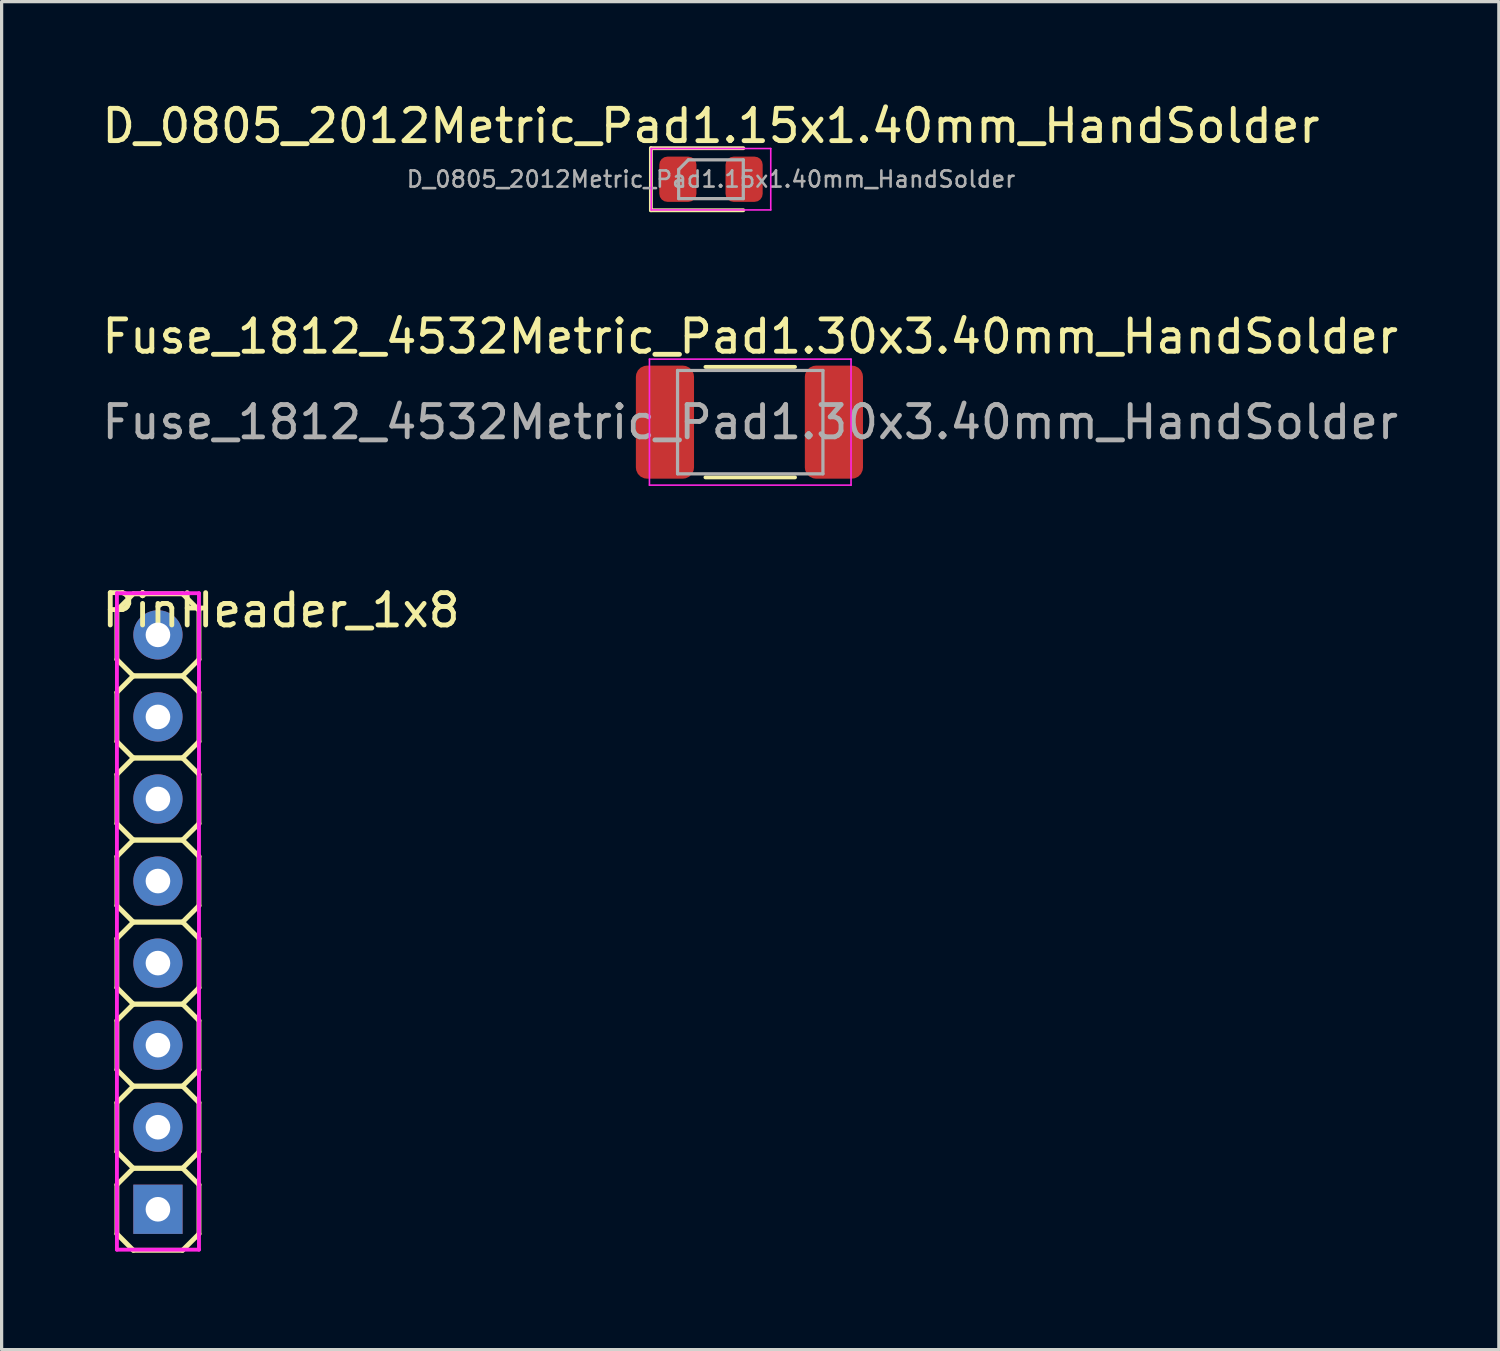
<source format=kicad_pcb>
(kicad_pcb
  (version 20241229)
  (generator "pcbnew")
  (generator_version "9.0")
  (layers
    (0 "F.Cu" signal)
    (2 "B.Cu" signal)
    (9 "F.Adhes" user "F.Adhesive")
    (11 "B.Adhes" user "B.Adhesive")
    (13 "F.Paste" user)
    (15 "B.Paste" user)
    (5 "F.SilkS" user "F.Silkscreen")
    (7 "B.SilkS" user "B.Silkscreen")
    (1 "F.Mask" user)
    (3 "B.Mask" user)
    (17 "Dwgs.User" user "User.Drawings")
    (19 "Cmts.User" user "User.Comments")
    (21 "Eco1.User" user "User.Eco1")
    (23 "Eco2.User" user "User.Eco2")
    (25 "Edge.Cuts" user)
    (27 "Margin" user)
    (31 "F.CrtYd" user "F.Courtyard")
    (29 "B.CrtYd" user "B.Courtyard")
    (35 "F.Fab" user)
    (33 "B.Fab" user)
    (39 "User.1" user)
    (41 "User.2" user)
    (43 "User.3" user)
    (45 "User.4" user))
  (footprint "D_0805_2012Metric_Pad1.15x1.40mm_HandSolder"
    (layer "F.Cu")
    (at 18.958 2.498)
    (property "Reference" "D_0805_2012Metric_Pad1.15x1.40mm_HandSolder" (at 0 -1.65 0) (layer "F.SilkS") (effects (font (size 1 1) (thickness 0.15))))
    (attr smd)
    (fp_line (start -1.86 -0.96) (end -1.86 0.96) (stroke (width 0.12) (type solid)) (layer "F.SilkS"))
    (fp_line (start -1.86 0.96) (end 1 0.96) (stroke (width 0.12) (type solid)) (layer "F.SilkS"))
    (fp_line (start 1 -0.96) (end -1.86 -0.96) (stroke (width 0.12) (type solid)) (layer "F.SilkS"))
    (fp_line (start -1.85 -0.95) (end 1.85 -0.95) (stroke (width 0.05) (type solid)) (layer "F.CrtYd"))
    (fp_line (start -1.85 0.95) (end -1.85 -0.95) (stroke (width 0.05) (type solid)) (layer "F.CrtYd"))
    (fp_line (start 1.85 -0.95) (end 1.85 0.95) (stroke (width 0.05) (type solid)) (layer "F.CrtYd"))
    (fp_line (start 1.85 0.95) (end -1.85 0.95) (stroke (width 0.05) (type solid)) (layer "F.CrtYd"))
    (fp_line (start -1 -0.3) (end -1 0.6) (stroke (width 0.1) (type solid)) (layer "F.Fab"))
    (fp_line (start -1 0.6) (end 1 0.6) (stroke (width 0.1) (type solid)) (layer "F.Fab"))
    (fp_line (start -0.7 -0.6) (end -1 -0.3) (stroke (width 0.1) (type solid)) (layer "F.Fab"))
    (fp_line (start 1 -0.6) (end -0.7 -0.6) (stroke (width 0.1) (type solid)) (layer "F.Fab"))
    (fp_line (start 1 0.6) (end 1 -0.6) (stroke (width 0.1) (type solid)) (layer "F.Fab"))
    (fp_text user "${REFERENCE}" (at 0 0 0) (layer "F.Fab") (effects (font (size 0.5 0.5) (thickness 0.08))))
    (pad "1" smd roundrect (at -1.025 0) (size 1.15 1.4) (layers "F.Cu" "F.Mask" "F.Paste") (roundrect_rratio 0.217))
    (pad "2" smd roundrect (at 1.025 0) (size 1.15 1.4) (layers "F.Cu" "F.Mask" "F.Paste") (roundrect_rratio 0.217)))
  (footprint "PinHeader_1x8"
    (layer "F.Cu")
    (at 1.839 25.472)
    (property "Reference" "PinHeader_1x8" (at 3.81 -9.632 0) (layer "F.SilkS") (effects (font (size 1 1) (thickness 0.15))))
    (attr through_hole)
    (fp_line (start -1.27 -9.632) (end -0.762 -10.14) (stroke (width 0.15) (type solid)) (layer "F.SilkS"))
    (fp_line (start -1.27 -8.108) (end -1.27 -9.632) (stroke (width 0.15) (type solid)) (layer "F.SilkS"))
    (fp_line (start -1.27 -7.092) (end -0.762 -7.6) (stroke (width 0.15) (type solid)) (layer "F.SilkS"))
    (fp_line (start -1.27 -5.568) (end -1.27 -7.092) (stroke (width 0.15) (type solid)) (layer "F.SilkS"))
    (fp_line (start -1.27 -4.552) (end -0.762 -5.06) (stroke (width 0.15) (type solid)) (layer "F.SilkS"))
    (fp_line (start -1.27 -3.028) (end -1.27 -4.552) (stroke (width 0.15) (type solid)) (layer "F.SilkS"))
    (fp_line (start -1.27 -2.012) (end -0.762 -2.52) (stroke (width 0.15) (type solid)) (layer "F.SilkS"))
    (fp_line (start -1.27 -0.488) (end -1.27 -2.012) (stroke (width 0.15) (type solid)) (layer "F.SilkS"))
    (fp_line (start -1.27 0.528) (end -0.762 0.02) (stroke (width 0.15) (type solid)) (layer "F.SilkS"))
    (fp_line (start -1.27 2.052) (end -1.27 0.528) (stroke (width 0.15) (type solid)) (layer "F.SilkS"))
    (fp_line (start -1.27 3.068) (end -0.762 2.56) (stroke (width 0.15) (type solid)) (layer "F.SilkS"))
    (fp_line (start -1.27 4.592) (end -1.27 3.068) (stroke (width 0.15) (type solid)) (layer "F.SilkS"))
    (fp_line (start -1.27 5.608) (end -0.762 5.1) (stroke (width 0.15) (type solid)) (layer "F.SilkS"))
    (fp_line (start -1.27 7.132) (end -1.27 5.608) (stroke (width 0.15) (type solid)) (layer "F.SilkS"))
    (fp_line (start -1.27 8.148) (end -0.762 7.64) (stroke (width 0.15) (type solid)) (layer "F.SilkS"))
    (fp_line (start -1.27 9.672) (end -1.27 8.148) (stroke (width 0.15) (type solid)) (layer "F.SilkS"))
    (fp_line (start -0.762 -10.14) (end 0.762 -10.14) (stroke (width 0.15) (type solid)) (layer "F.SilkS"))
    (fp_line (start -0.762 -7.6) (end -1.27 -8.108) (stroke (width 0.15) (type solid)) (layer "F.SilkS"))
    (fp_line (start -0.762 -7.6) (end 0.762 -7.6) (stroke (width 0.15) (type solid)) (layer "F.SilkS"))
    (fp_line (start -0.762 -5.06) (end -1.27 -5.568) (stroke (width 0.15) (type solid)) (layer "F.SilkS"))
    (fp_line (start -0.762 -5.06) (end 0.762 -5.06) (stroke (width 0.15) (type solid)) (layer "F.SilkS"))
    (fp_line (start -0.762 -2.52) (end -1.27 -3.028) (stroke (width 0.15) (type solid)) (layer "F.SilkS"))
    (fp_line (start -0.762 -2.52) (end 0.762 -2.52) (stroke (width 0.15) (type solid)) (layer "F.SilkS"))
    (fp_line (start -0.762 0.02) (end -1.27 -0.488) (stroke (width 0.15) (type solid)) (layer "F.SilkS"))
    (fp_line (start -0.762 0.02) (end 0.762 0.02) (stroke (width 0.15) (type solid)) (layer "F.SilkS"))
    (fp_line (start -0.762 2.56) (end -1.27 2.052) (stroke (width 0.15) (type solid)) (layer "F.SilkS"))
    (fp_line (start -0.762 2.56) (end 0.762 2.56) (stroke (width 0.15) (type solid)) (layer "F.SilkS"))
    (fp_line (start -0.762 5.1) (end -1.27 4.592) (stroke (width 0.15) (type solid)) (layer "F.SilkS"))
    (fp_line (start -0.762 5.1) (end 0.762 5.1) (stroke (width 0.15) (type solid)) (layer "F.SilkS"))
    (fp_line (start -0.762 7.64) (end -1.27 7.132) (stroke (width 0.15) (type solid)) (layer "F.SilkS"))
    (fp_line (start -0.762 7.64) (end 0.762 7.64) (stroke (width 0.15) (type solid)) (layer "F.SilkS"))
    (fp_line (start -0.762 10.18) (end -1.27 9.672) (stroke (width 0.15) (type solid)) (layer "F.SilkS"))
    (fp_line (start 0.762 -10.14) (end 1.27 -9.632) (stroke (width 0.15) (type solid)) (layer "F.SilkS"))
    (fp_line (start 0.762 -7.6) (end -0.762 -7.6) (stroke (width 0.15) (type solid)) (layer "F.SilkS"))
    (fp_line (start 0.762 -7.6) (end 1.27 -7.092) (stroke (width 0.15) (type solid)) (layer "F.SilkS"))
    (fp_line (start 0.762 -5.06) (end -0.762 -5.06) (stroke (width 0.15) (type solid)) (layer "F.SilkS"))
    (fp_line (start 0.762 -5.06) (end 1.27 -4.552) (stroke (width 0.15) (type solid)) (layer "F.SilkS"))
    (fp_line (start 0.762 -2.52) (end -0.762 -2.52) (stroke (width 0.15) (type solid)) (layer "F.SilkS"))
    (fp_line (start 0.762 -2.52) (end 1.27 -2.012) (stroke (width 0.15) (type solid)) (layer "F.SilkS"))
    (fp_line (start 0.762 0.02) (end -0.762 0.02) (stroke (width 0.15) (type solid)) (layer "F.SilkS"))
    (fp_line (start 0.762 0.02) (end 1.27 0.528) (stroke (width 0.15) (type solid)) (layer "F.SilkS"))
    (fp_line (start 0.762 2.56) (end -0.762 2.56) (stroke (width 0.15) (type solid)) (layer "F.SilkS"))
    (fp_line (start 0.762 2.56) (end 1.27 3.068) (stroke (width 0.15) (type solid)) (layer "F.SilkS"))
    (fp_line (start 0.762 5.1) (end -0.762 5.1) (stroke (width 0.15) (type solid)) (layer "F.SilkS"))
    (fp_line (start 0.762 5.1) (end 1.27 5.608) (stroke (width 0.15) (type solid)) (layer "F.SilkS"))
    (fp_line (start 0.762 7.64) (end -0.762 7.64) (stroke (width 0.15) (type solid)) (layer "F.SilkS"))
    (fp_line (start 0.762 7.64) (end 1.27 8.148) (stroke (width 0.15) (type solid)) (layer "F.SilkS"))
    (fp_line (start 0.762 10.18) (end -0.762 10.18) (stroke (width 0.15) (type solid)) (layer "F.SilkS"))
    (fp_line (start 1.27 -9.632) (end 1.27 -8.108) (stroke (width 0.15) (type solid)) (layer "F.SilkS"))
    (fp_line (start 1.27 -8.108) (end 0.762 -7.6) (stroke (width 0.15) (type solid)) (layer "F.SilkS"))
    (fp_line (start 1.27 -7.092) (end 1.27 -5.568) (stroke (width 0.15) (type solid)) (layer "F.SilkS"))
    (fp_line (start 1.27 -5.568) (end 0.762 -5.06) (stroke (width 0.15) (type solid)) (layer "F.SilkS"))
    (fp_line (start 1.27 -4.552) (end 1.27 -3.028) (stroke (width 0.15) (type solid)) (layer "F.SilkS"))
    (fp_line (start 1.27 -3.028) (end 0.762 -2.52) (stroke (width 0.15) (type solid)) (layer "F.SilkS"))
    (fp_line (start 1.27 -2.012) (end 1.27 -0.488) (stroke (width 0.15) (type solid)) (layer "F.SilkS"))
    (fp_line (start 1.27 -0.488) (end 0.762 0.02) (stroke (width 0.15) (type solid)) (layer "F.SilkS"))
    (fp_line (start 1.27 0.528) (end 1.27 2.052) (stroke (width 0.15) (type solid)) (layer "F.SilkS"))
    (fp_line (start 1.27 2.052) (end 0.762 2.56) (stroke (width 0.15) (type solid)) (layer "F.SilkS"))
    (fp_line (start 1.27 3.068) (end 1.27 4.592) (stroke (width 0.15) (type solid)) (layer "F.SilkS"))
    (fp_line (start 1.27 4.592) (end 0.762 5.1) (stroke (width 0.15) (type solid)) (layer "F.SilkS"))
    (fp_line (start 1.27 5.608) (end 1.27 7.132) (stroke (width 0.15) (type solid)) (layer "F.SilkS"))
    (fp_line (start 1.27 7.132) (end 0.762 7.64) (stroke (width 0.15) (type solid)) (layer "F.SilkS"))
    (fp_line (start 1.27 8.148) (end 1.27 9.672) (stroke (width 0.15) (type solid)) (layer "F.SilkS"))
    (fp_line (start 1.27 9.672) (end 0.762 10.18) (stroke (width 0.15) (type solid)) (layer "F.SilkS"))
    (fp_line (start -1.27 -10.16) (end 1.27 -10.16) (stroke (width 0.12) (type solid)) (layer "F.CrtYd"))
    (fp_line (start -1.27 10.16) (end -1.27 -10.16) (stroke (width 0.12) (type solid)) (layer "F.CrtYd"))
    (fp_line (start 1.27 -10.16) (end 1.27 10.16) (stroke (width 0.12) (type solid)) (layer "F.CrtYd"))
    (fp_line (start 1.27 10.16) (end -1.27 10.16) (stroke (width 0.12) (type solid)) (layer "F.CrtYd"))
    (pad "1" thru_hole circle (at 0 -8.87) (size 1.524 1.524) (drill 0.762) (layers "*.Cu" "*.Mask"))
    (pad "2" thru_hole circle (at 0 -6.33) (size 1.524 1.524) (drill 0.762) (layers "*.Cu" "*.Mask"))
    (pad "3" thru_hole circle (at 0 -3.79) (size 1.524 1.524) (drill 0.762) (layers "*.Cu" "*.Mask"))
    (pad "4" thru_hole circle (at 0 -1.25) (size 1.524 1.524) (drill 0.762) (layers "*.Cu" "*.Mask"))
    (pad "5" thru_hole circle (at 0 1.29) (size 1.524 1.524) (drill 0.762) (layers "*.Cu" "*.Mask"))
    (pad "6" thru_hole circle (at 0 3.83) (size 1.524 1.524) (drill 0.762) (layers "*.Cu" "*.Mask"))
    (pad "7" thru_hole circle (at 0 6.37) (size 1.524 1.524) (drill 0.762) (layers "*.Cu" "*.Mask"))
    (pad "8" thru_hole rect (at 0 8.91) (size 1.524 1.524) (drill 0.762) (layers "*.Cu" "*.Mask")))
  (footprint "Fuse_1812_4532Metric_Pad1.30x3.40mm_HandSolder"
    (layer "F.Cu")
    (at 20.173 10.017)
    (property "Reference" "Fuse_1812_4532Metric_Pad1.30x3.40mm_HandSolder" (at 0 -2.65 0) (layer "F.SilkS") (effects (font (size 1 1) (thickness 0.15))))
    (attr smd)
    (fp_line (start -1.386 -1.71) (end 1.386 -1.71) (stroke (width 0.12) (type solid)) (layer "F.SilkS"))
    (fp_line (start -1.386 1.71) (end 1.386 1.71) (stroke (width 0.12) (type solid)) (layer "F.SilkS"))
    (fp_line (start -3.12 -1.95) (end 3.12 -1.95) (stroke (width 0.05) (type solid)) (layer "F.CrtYd"))
    (fp_line (start -3.12 1.95) (end -3.12 -1.95) (stroke (width 0.05) (type solid)) (layer "F.CrtYd"))
    (fp_line (start 3.12 -1.95) (end 3.12 1.95) (stroke (width 0.05) (type solid)) (layer "F.CrtYd"))
    (fp_line (start 3.12 1.95) (end -3.12 1.95) (stroke (width 0.05) (type solid)) (layer "F.CrtYd"))
    (fp_line (start -2.25 -1.6) (end 2.25 -1.6) (stroke (width 0.1) (type solid)) (layer "F.Fab"))
    (fp_line (start -2.25 1.6) (end -2.25 -1.6) (stroke (width 0.1) (type solid)) (layer "F.Fab"))
    (fp_line (start 2.25 -1.6) (end 2.25 1.6) (stroke (width 0.1) (type solid)) (layer "F.Fab"))
    (fp_line (start 2.25 1.6) (end -2.25 1.6) (stroke (width 0.1) (type solid)) (layer "F.Fab"))
    (fp_text user "${REFERENCE}" (at 0 0 0) (layer "F.Fab") (effects (font (size 1 1) (thickness 0.15))))
    (pad "1" smd roundrect (at -2.64 0) (size 1.8 3.5) (layers "F.Cu" "F.Mask" "F.Paste") (roundrect_rratio 0.192))
    (pad "2" smd roundrect (at 2.59 0) (size 1.8 3.5) (layers "F.Cu" "F.Mask" "F.Paste") (roundrect_rratio 0.192)))
  (gr_rect
    (start -3 -3)
    (end 43.345 38.727)
    (stroke (width 0.1) (type default))
    (fill no)
    (layer "Edge.Cuts")))
</source>
